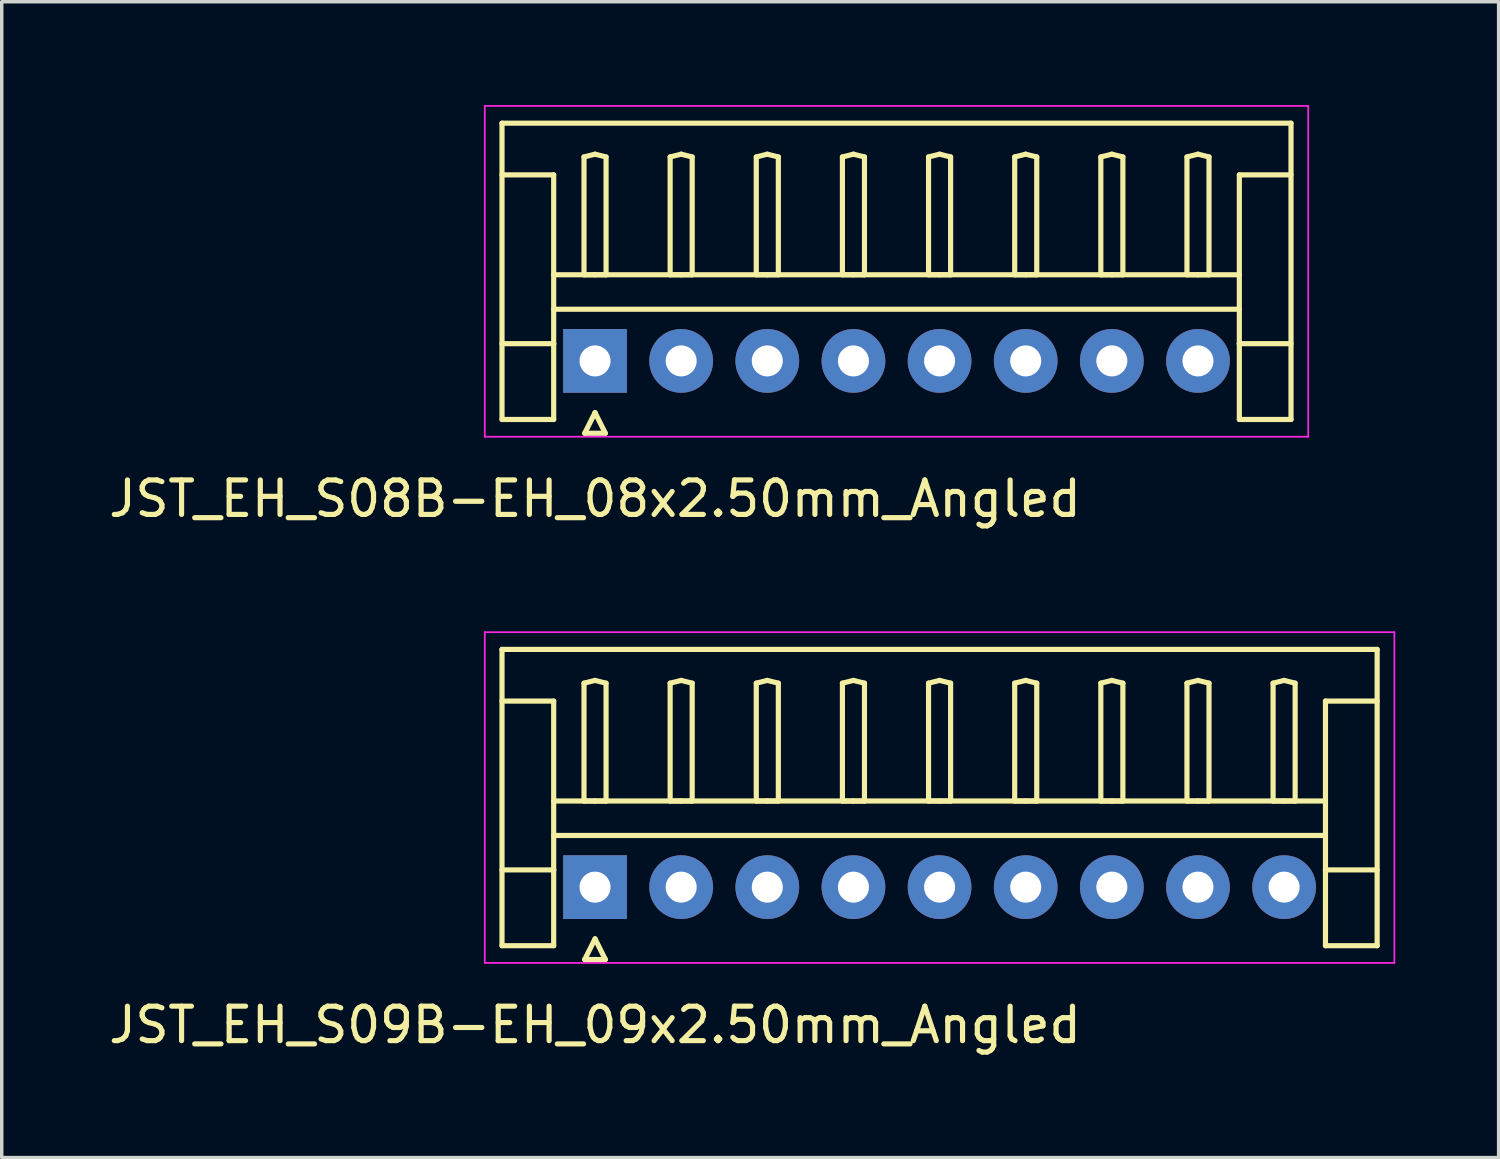
<source format=kicad_pcb>
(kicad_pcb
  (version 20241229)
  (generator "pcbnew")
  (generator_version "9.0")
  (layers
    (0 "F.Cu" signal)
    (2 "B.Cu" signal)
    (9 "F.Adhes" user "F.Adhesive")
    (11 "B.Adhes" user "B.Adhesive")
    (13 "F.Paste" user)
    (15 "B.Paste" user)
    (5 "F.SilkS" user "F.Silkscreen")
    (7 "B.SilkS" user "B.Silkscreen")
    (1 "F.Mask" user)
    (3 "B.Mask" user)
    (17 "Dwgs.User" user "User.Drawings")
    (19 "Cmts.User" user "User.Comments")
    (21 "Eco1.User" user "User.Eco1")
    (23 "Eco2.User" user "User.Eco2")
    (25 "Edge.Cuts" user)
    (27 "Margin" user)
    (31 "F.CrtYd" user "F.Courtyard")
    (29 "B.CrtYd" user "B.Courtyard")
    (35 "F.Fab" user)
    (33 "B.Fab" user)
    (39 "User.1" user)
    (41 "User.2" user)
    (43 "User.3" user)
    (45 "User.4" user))
  (footprint "JST_EH_S08B-EH_08x2.50mm_Angled"
    (layer "F.Cu")
    (at 14.22 7.425)
    (property "Reference" "JST_EH_S08B-EH_08x2.50mm_Angled" (at 0 4 0) (layer "F.SilkS") (effects (font (size 1 1) (thickness 0.15))))
    (attr through_hole)
    (fp_line (start -2.7 -6.9) (end 20.2 -6.9) (stroke (width 0.15) (type solid)) (layer "F.SilkS"))
    (fp_line (start -2.7 -5.4) (end -1.2 -5.4) (stroke (width 0.15) (type solid)) (layer "F.SilkS"))
    (fp_line (start -2.7 1.7) (end -2.7 -6.9) (stroke (width 0.15) (type solid)) (layer "F.SilkS"))
    (fp_line (start -1.2 -5.4) (end -1.2 -0.5) (stroke (width 0.15) (type solid)) (layer "F.SilkS"))
    (fp_line (start -1.2 -2.5) (end 18.7 -2.5) (stroke (width 0.15) (type solid)) (layer "F.SilkS"))
    (fp_line (start -1.2 -1.5) (end 18.7 -1.5) (stroke (width 0.15) (type solid)) (layer "F.SilkS"))
    (fp_line (start -1.2 -0.5) (end -2.7 -0.5) (stroke (width 0.15) (type solid)) (layer "F.SilkS"))
    (fp_line (start -1.2 -0.5) (end -1.2 1.7) (stroke (width 0.15) (type solid)) (layer "F.SilkS"))
    (fp_line (start -1.2 1.7) (end -2.7 1.7) (stroke (width 0.15) (type solid)) (layer "F.SilkS"))
    (fp_line (start -0.32 -5.92) (end 0 -6) (stroke (width 0.15) (type solid)) (layer "F.SilkS"))
    (fp_line (start -0.32 -2.5) (end -0.32 -5.92) (stroke (width 0.15) (type solid)) (layer "F.SilkS"))
    (fp_line (start -0.3 2.1) (end 0.3 2.1) (stroke (width 0.15) (type solid)) (layer "F.SilkS"))
    (fp_line (start 0 -6) (end 0.32 -5.92) (stroke (width 0.15) (type solid)) (layer "F.SilkS"))
    (fp_line (start 0 -2.5) (end -0.32 -2.5) (stroke (width 0.15) (type solid)) (layer "F.SilkS"))
    (fp_line (start 0 1.5) (end -0.3 2.1) (stroke (width 0.15) (type solid)) (layer "F.SilkS"))
    (fp_line (start 0.3 2.1) (end 0 1.5) (stroke (width 0.15) (type solid)) (layer "F.SilkS"))
    (fp_line (start 0.32 -5.92) (end 0.32 -2.5) (stroke (width 0.15) (type solid)) (layer "F.SilkS"))
    (fp_line (start 0.32 -2.5) (end 0 -2.5) (stroke (width 0.15) (type solid)) (layer "F.SilkS"))
    (fp_line (start 2.18 -5.92) (end 2.5 -6) (stroke (width 0.15) (type solid)) (layer "F.SilkS"))
    (fp_line (start 2.18 -2.5) (end 2.18 -5.92) (stroke (width 0.15) (type solid)) (layer "F.SilkS"))
    (fp_line (start 2.5 -6) (end 2.82 -5.92) (stroke (width 0.15) (type solid)) (layer "F.SilkS"))
    (fp_line (start 2.5 -2.5) (end 2.18 -2.5) (stroke (width 0.15) (type solid)) (layer "F.SilkS"))
    (fp_line (start 2.82 -5.92) (end 2.82 -2.5) (stroke (width 0.15) (type solid)) (layer "F.SilkS"))
    (fp_line (start 2.82 -2.5) (end 2.5 -2.5) (stroke (width 0.15) (type solid)) (layer "F.SilkS"))
    (fp_line (start 4.68 -5.92) (end 5 -6) (stroke (width 0.15) (type solid)) (layer "F.SilkS"))
    (fp_line (start 4.68 -2.5) (end 4.68 -5.92) (stroke (width 0.15) (type solid)) (layer "F.SilkS"))
    (fp_line (start 5 -6) (end 5.32 -5.92) (stroke (width 0.15) (type solid)) (layer "F.SilkS"))
    (fp_line (start 5 -2.5) (end 4.68 -2.5) (stroke (width 0.15) (type solid)) (layer "F.SilkS"))
    (fp_line (start 5.32 -5.92) (end 5.32 -2.5) (stroke (width 0.15) (type solid)) (layer "F.SilkS"))
    (fp_line (start 5.32 -2.5) (end 5 -2.5) (stroke (width 0.15) (type solid)) (layer "F.SilkS"))
    (fp_line (start 7.18 -5.92) (end 7.5 -6) (stroke (width 0.15) (type solid)) (layer "F.SilkS"))
    (fp_line (start 7.18 -2.5) (end 7.18 -5.92) (stroke (width 0.15) (type solid)) (layer "F.SilkS"))
    (fp_line (start 7.5 -6) (end 7.82 -5.92) (stroke (width 0.15) (type solid)) (layer "F.SilkS"))
    (fp_line (start 7.5 -2.5) (end 7.18 -2.5) (stroke (width 0.15) (type solid)) (layer "F.SilkS"))
    (fp_line (start 7.82 -5.92) (end 7.82 -2.5) (stroke (width 0.15) (type solid)) (layer "F.SilkS"))
    (fp_line (start 7.82 -2.5) (end 7.5 -2.5) (stroke (width 0.15) (type solid)) (layer "F.SilkS"))
    (fp_line (start 9.68 -5.92) (end 10 -6) (stroke (width 0.15) (type solid)) (layer "F.SilkS"))
    (fp_line (start 9.68 -2.5) (end 9.68 -5.92) (stroke (width 0.15) (type solid)) (layer "F.SilkS"))
    (fp_line (start 10 -6) (end 10.32 -5.92) (stroke (width 0.15) (type solid)) (layer "F.SilkS"))
    (fp_line (start 10 -2.5) (end 9.68 -2.5) (stroke (width 0.15) (type solid)) (layer "F.SilkS"))
    (fp_line (start 10.32 -5.92) (end 10.32 -2.5) (stroke (width 0.15) (type solid)) (layer "F.SilkS"))
    (fp_line (start 10.32 -2.5) (end 10 -2.5) (stroke (width 0.15) (type solid)) (layer "F.SilkS"))
    (fp_line (start 12.18 -5.92) (end 12.5 -6) (stroke (width 0.15) (type solid)) (layer "F.SilkS"))
    (fp_line (start 12.18 -2.5) (end 12.18 -5.92) (stroke (width 0.15) (type solid)) (layer "F.SilkS"))
    (fp_line (start 12.5 -6) (end 12.82 -5.92) (stroke (width 0.15) (type solid)) (layer "F.SilkS"))
    (fp_line (start 12.5 -2.5) (end 12.18 -2.5) (stroke (width 0.15) (type solid)) (layer "F.SilkS"))
    (fp_line (start 12.82 -5.92) (end 12.82 -2.5) (stroke (width 0.15) (type solid)) (layer "F.SilkS"))
    (fp_line (start 12.82 -2.5) (end 12.5 -2.5) (stroke (width 0.15) (type solid)) (layer "F.SilkS"))
    (fp_line (start 14.68 -5.92) (end 15 -6) (stroke (width 0.15) (type solid)) (layer "F.SilkS"))
    (fp_line (start 14.68 -2.5) (end 14.68 -5.92) (stroke (width 0.15) (type solid)) (layer "F.SilkS"))
    (fp_line (start 15 -6) (end 15.32 -5.92) (stroke (width 0.15) (type solid)) (layer "F.SilkS"))
    (fp_line (start 15 -2.5) (end 14.68 -2.5) (stroke (width 0.15) (type solid)) (layer "F.SilkS"))
    (fp_line (start 15.32 -5.92) (end 15.32 -2.5) (stroke (width 0.15) (type solid)) (layer "F.SilkS"))
    (fp_line (start 15.32 -2.5) (end 15 -2.5) (stroke (width 0.15) (type solid)) (layer "F.SilkS"))
    (fp_line (start 17.18 -5.92) (end 17.5 -6) (stroke (width 0.15) (type solid)) (layer "F.SilkS"))
    (fp_line (start 17.18 -2.5) (end 17.18 -5.92) (stroke (width 0.15) (type solid)) (layer "F.SilkS"))
    (fp_line (start 17.5 -6) (end 17.82 -5.92) (stroke (width 0.15) (type solid)) (layer "F.SilkS"))
    (fp_line (start 17.5 -2.5) (end 17.18 -2.5) (stroke (width 0.15) (type solid)) (layer "F.SilkS"))
    (fp_line (start 17.82 -5.92) (end 17.82 -2.5) (stroke (width 0.15) (type solid)) (layer "F.SilkS"))
    (fp_line (start 17.82 -2.5) (end 17.5 -2.5) (stroke (width 0.15) (type solid)) (layer "F.SilkS"))
    (fp_line (start 18.7 -5.4) (end 18.7 -0.5) (stroke (width 0.15) (type solid)) (layer "F.SilkS"))
    (fp_line (start 18.7 -0.5) (end 20.2 -0.5) (stroke (width 0.15) (type solid)) (layer "F.SilkS"))
    (fp_line (start 18.7 1.7) (end 18.7 -0.5) (stroke (width 0.15) (type solid)) (layer "F.SilkS"))
    (fp_line (start 20.2 -6.9) (end 20.2 1.7) (stroke (width 0.15) (type solid)) (layer "F.SilkS"))
    (fp_line (start 20.2 -5.4) (end 18.7 -5.4) (stroke (width 0.15) (type solid)) (layer "F.SilkS"))
    (fp_line (start 20.2 1.7) (end 18.7 1.7) (stroke (width 0.15) (type solid)) (layer "F.SilkS"))
    (fp_line (start -3.2 -7.4) (end -3.2 2.2) (stroke (width 0.05) (type solid)) (layer "F.CrtYd"))
    (fp_line (start -3.2 2.2) (end 20.7 2.2) (stroke (width 0.05) (type solid)) (layer "F.CrtYd"))
    (fp_line (start 20.7 -7.4) (end -3.2 -7.4) (stroke (width 0.05) (type solid)) (layer "F.CrtYd"))
    (fp_line (start 20.7 2.2) (end 20.7 -7.4) (stroke (width 0.05) (type solid)) (layer "F.CrtYd"))
    (pad "1" thru_hole rect (at 0 0) (size 1.85 1.85) (drill 0.9) (layers "*.Cu" "*.Mask"))
    (pad "2" thru_hole circle (at 2.5 0) (size 1.85 1.85) (drill 0.9) (layers "*.Cu" "*.Mask"))
    (pad "3" thru_hole circle (at 5 0) (size 1.85 1.85) (drill 0.9) (layers "*.Cu" "*.Mask"))
    (pad "4" thru_hole circle (at 7.5 0) (size 1.85 1.85) (drill 0.9) (layers "*.Cu" "*.Mask"))
    (pad "5" thru_hole circle (at 10 0) (size 1.85 1.85) (drill 0.9) (layers "*.Cu" "*.Mask"))
    (pad "6" thru_hole circle (at 12.5 0) (size 1.85 1.85) (drill 0.9) (layers "*.Cu" "*.Mask"))
    (pad "7" thru_hole circle (at 15 0) (size 1.85 1.85) (drill 0.9) (layers "*.Cu" "*.Mask"))
    (pad "8" thru_hole circle (at 17.5 0) (size 1.85 1.85) (drill 0.9) (layers "*.Cu" "*.Mask")))
  (footprint "JST_EH_S09B-EH_09x2.50mm_Angled"
    (layer "F.Cu")
    (at 14.22 22.698)
    (property "Reference" "JST_EH_S09B-EH_09x2.50mm_Angled" (at 0 4 0) (layer "F.SilkS") (effects (font (size 1 1) (thickness 0.15))))
    (attr through_hole)
    (fp_line (start -2.7 -6.9) (end 22.7 -6.9) (stroke (width 0.15) (type solid)) (layer "F.SilkS"))
    (fp_line (start -2.7 -5.4) (end -1.2 -5.4) (stroke (width 0.15) (type solid)) (layer "F.SilkS"))
    (fp_line (start -2.7 1.7) (end -2.7 -6.9) (stroke (width 0.15) (type solid)) (layer "F.SilkS"))
    (fp_line (start -1.2 -5.4) (end -1.2 -0.5) (stroke (width 0.15) (type solid)) (layer "F.SilkS"))
    (fp_line (start -1.2 -2.5) (end 21.2 -2.5) (stroke (width 0.15) (type solid)) (layer "F.SilkS"))
    (fp_line (start -1.2 -1.5) (end 21.2 -1.5) (stroke (width 0.15) (type solid)) (layer "F.SilkS"))
    (fp_line (start -1.2 -0.5) (end -2.7 -0.5) (stroke (width 0.15) (type solid)) (layer "F.SilkS"))
    (fp_line (start -1.2 -0.5) (end -1.2 1.7) (stroke (width 0.15) (type solid)) (layer "F.SilkS"))
    (fp_line (start -1.2 1.7) (end -2.7 1.7) (stroke (width 0.15) (type solid)) (layer "F.SilkS"))
    (fp_line (start -0.32 -5.92) (end 0 -6) (stroke (width 0.15) (type solid)) (layer "F.SilkS"))
    (fp_line (start -0.32 -2.5) (end -0.32 -5.92) (stroke (width 0.15) (type solid)) (layer "F.SilkS"))
    (fp_line (start -0.3 2.1) (end 0.3 2.1) (stroke (width 0.15) (type solid)) (layer "F.SilkS"))
    (fp_line (start 0 -6) (end 0.32 -5.92) (stroke (width 0.15) (type solid)) (layer "F.SilkS"))
    (fp_line (start 0 -2.5) (end -0.32 -2.5) (stroke (width 0.15) (type solid)) (layer "F.SilkS"))
    (fp_line (start 0 1.5) (end -0.3 2.1) (stroke (width 0.15) (type solid)) (layer "F.SilkS"))
    (fp_line (start 0.3 2.1) (end 0 1.5) (stroke (width 0.15) (type solid)) (layer "F.SilkS"))
    (fp_line (start 0.32 -5.92) (end 0.32 -2.5) (stroke (width 0.15) (type solid)) (layer "F.SilkS"))
    (fp_line (start 0.32 -2.5) (end 0 -2.5) (stroke (width 0.15) (type solid)) (layer "F.SilkS"))
    (fp_line (start 2.18 -5.92) (end 2.5 -6) (stroke (width 0.15) (type solid)) (layer "F.SilkS"))
    (fp_line (start 2.18 -2.5) (end 2.18 -5.92) (stroke (width 0.15) (type solid)) (layer "F.SilkS"))
    (fp_line (start 2.5 -6) (end 2.82 -5.92) (stroke (width 0.15) (type solid)) (layer "F.SilkS"))
    (fp_line (start 2.5 -2.5) (end 2.18 -2.5) (stroke (width 0.15) (type solid)) (layer "F.SilkS"))
    (fp_line (start 2.82 -5.92) (end 2.82 -2.5) (stroke (width 0.15) (type solid)) (layer "F.SilkS"))
    (fp_line (start 2.82 -2.5) (end 2.5 -2.5) (stroke (width 0.15) (type solid)) (layer "F.SilkS"))
    (fp_line (start 4.68 -5.92) (end 5 -6) (stroke (width 0.15) (type solid)) (layer "F.SilkS"))
    (fp_line (start 4.68 -2.5) (end 4.68 -5.92) (stroke (width 0.15) (type solid)) (layer "F.SilkS"))
    (fp_line (start 5 -6) (end 5.32 -5.92) (stroke (width 0.15) (type solid)) (layer "F.SilkS"))
    (fp_line (start 5 -2.5) (end 4.68 -2.5) (stroke (width 0.15) (type solid)) (layer "F.SilkS"))
    (fp_line (start 5.32 -5.92) (end 5.32 -2.5) (stroke (width 0.15) (type solid)) (layer "F.SilkS"))
    (fp_line (start 5.32 -2.5) (end 5 -2.5) (stroke (width 0.15) (type solid)) (layer "F.SilkS"))
    (fp_line (start 7.18 -5.92) (end 7.5 -6) (stroke (width 0.15) (type solid)) (layer "F.SilkS"))
    (fp_line (start 7.18 -2.5) (end 7.18 -5.92) (stroke (width 0.15) (type solid)) (layer "F.SilkS"))
    (fp_line (start 7.5 -6) (end 7.82 -5.92) (stroke (width 0.15) (type solid)) (layer "F.SilkS"))
    (fp_line (start 7.5 -2.5) (end 7.18 -2.5) (stroke (width 0.15) (type solid)) (layer "F.SilkS"))
    (fp_line (start 7.82 -5.92) (end 7.82 -2.5) (stroke (width 0.15) (type solid)) (layer "F.SilkS"))
    (fp_line (start 7.82 -2.5) (end 7.5 -2.5) (stroke (width 0.15) (type solid)) (layer "F.SilkS"))
    (fp_line (start 9.68 -5.92) (end 10 -6) (stroke (width 0.15) (type solid)) (layer "F.SilkS"))
    (fp_line (start 9.68 -2.5) (end 9.68 -5.92) (stroke (width 0.15) (type solid)) (layer "F.SilkS"))
    (fp_line (start 10 -6) (end 10.32 -5.92) (stroke (width 0.15) (type solid)) (layer "F.SilkS"))
    (fp_line (start 10 -2.5) (end 9.68 -2.5) (stroke (width 0.15) (type solid)) (layer "F.SilkS"))
    (fp_line (start 10.32 -5.92) (end 10.32 -2.5) (stroke (width 0.15) (type solid)) (layer "F.SilkS"))
    (fp_line (start 10.32 -2.5) (end 10 -2.5) (stroke (width 0.15) (type solid)) (layer "F.SilkS"))
    (fp_line (start 12.18 -5.92) (end 12.5 -6) (stroke (width 0.15) (type solid)) (layer "F.SilkS"))
    (fp_line (start 12.18 -2.5) (end 12.18 -5.92) (stroke (width 0.15) (type solid)) (layer "F.SilkS"))
    (fp_line (start 12.5 -6) (end 12.82 -5.92) (stroke (width 0.15) (type solid)) (layer "F.SilkS"))
    (fp_line (start 12.5 -2.5) (end 12.18 -2.5) (stroke (width 0.15) (type solid)) (layer "F.SilkS"))
    (fp_line (start 12.82 -5.92) (end 12.82 -2.5) (stroke (width 0.15) (type solid)) (layer "F.SilkS"))
    (fp_line (start 12.82 -2.5) (end 12.5 -2.5) (stroke (width 0.15) (type solid)) (layer "F.SilkS"))
    (fp_line (start 14.68 -5.92) (end 15 -6) (stroke (width 0.15) (type solid)) (layer "F.SilkS"))
    (fp_line (start 14.68 -2.5) (end 14.68 -5.92) (stroke (width 0.15) (type solid)) (layer "F.SilkS"))
    (fp_line (start 15 -6) (end 15.32 -5.92) (stroke (width 0.15) (type solid)) (layer "F.SilkS"))
    (fp_line (start 15 -2.5) (end 14.68 -2.5) (stroke (width 0.15) (type solid)) (layer "F.SilkS"))
    (fp_line (start 15.32 -5.92) (end 15.32 -2.5) (stroke (width 0.15) (type solid)) (layer "F.SilkS"))
    (fp_line (start 15.32 -2.5) (end 15 -2.5) (stroke (width 0.15) (type solid)) (layer "F.SilkS"))
    (fp_line (start 17.18 -5.92) (end 17.5 -6) (stroke (width 0.15) (type solid)) (layer "F.SilkS"))
    (fp_line (start 17.18 -2.5) (end 17.18 -5.92) (stroke (width 0.15) (type solid)) (layer "F.SilkS"))
    (fp_line (start 17.5 -6) (end 17.82 -5.92) (stroke (width 0.15) (type solid)) (layer "F.SilkS"))
    (fp_line (start 17.5 -2.5) (end 17.18 -2.5) (stroke (width 0.15) (type solid)) (layer "F.SilkS"))
    (fp_line (start 17.82 -5.92) (end 17.82 -2.5) (stroke (width 0.15) (type solid)) (layer "F.SilkS"))
    (fp_line (start 17.82 -2.5) (end 17.5 -2.5) (stroke (width 0.15) (type solid)) (layer "F.SilkS"))
    (fp_line (start 19.68 -5.92) (end 20 -6) (stroke (width 0.15) (type solid)) (layer "F.SilkS"))
    (fp_line (start 19.68 -2.5) (end 19.68 -5.92) (stroke (width 0.15) (type solid)) (layer "F.SilkS"))
    (fp_line (start 20 -6) (end 20.32 -5.92) (stroke (width 0.15) (type solid)) (layer "F.SilkS"))
    (fp_line (start 20 -2.5) (end 19.68 -2.5) (stroke (width 0.15) (type solid)) (layer "F.SilkS"))
    (fp_line (start 20.32 -5.92) (end 20.32 -2.5) (stroke (width 0.15) (type solid)) (layer "F.SilkS"))
    (fp_line (start 20.32 -2.5) (end 20 -2.5) (stroke (width 0.15) (type solid)) (layer "F.SilkS"))
    (fp_line (start 21.2 -5.4) (end 21.2 -0.5) (stroke (width 0.15) (type solid)) (layer "F.SilkS"))
    (fp_line (start 21.2 -0.5) (end 22.7 -0.5) (stroke (width 0.15) (type solid)) (layer "F.SilkS"))
    (fp_line (start 21.2 1.7) (end 21.2 -0.5) (stroke (width 0.15) (type solid)) (layer "F.SilkS"))
    (fp_line (start 22.7 -6.9) (end 22.7 1.7) (stroke (width 0.15) (type solid)) (layer "F.SilkS"))
    (fp_line (start 22.7 -5.4) (end 21.2 -5.4) (stroke (width 0.15) (type solid)) (layer "F.SilkS"))
    (fp_line (start 22.7 1.7) (end 21.2 1.7) (stroke (width 0.15) (type solid)) (layer "F.SilkS"))
    (fp_line (start -3.2 -7.4) (end -3.2 2.2) (stroke (width 0.05) (type solid)) (layer "F.CrtYd"))
    (fp_line (start -3.2 2.2) (end 23.2 2.2) (stroke (width 0.05) (type solid)) (layer "F.CrtYd"))
    (fp_line (start 23.2 -7.4) (end -3.2 -7.4) (stroke (width 0.05) (type solid)) (layer "F.CrtYd"))
    (fp_line (start 23.2 2.2) (end 23.2 -7.4) (stroke (width 0.05) (type solid)) (layer "F.CrtYd"))
    (pad "1" thru_hole rect (at 0 0) (size 1.85 1.85) (drill 0.9) (layers "*.Cu" "*.Mask"))
    (pad "2" thru_hole circle (at 2.5 0) (size 1.85 1.85) (drill 0.9) (layers "*.Cu" "*.Mask"))
    (pad "3" thru_hole circle (at 5 0) (size 1.85 1.85) (drill 0.9) (layers "*.Cu" "*.Mask"))
    (pad "4" thru_hole circle (at 7.5 0) (size 1.85 1.85) (drill 0.9) (layers "*.Cu" "*.Mask"))
    (pad "5" thru_hole circle (at 10 0) (size 1.85 1.85) (drill 0.9) (layers "*.Cu" "*.Mask"))
    (pad "6" thru_hole circle (at 12.5 0) (size 1.85 1.85) (drill 0.9) (layers "*.Cu" "*.Mask"))
    (pad "7" thru_hole circle (at 15 0) (size 1.85 1.85) (drill 0.9) (layers "*.Cu" "*.Mask"))
    (pad "8" thru_hole circle (at 17.5 0) (size 1.85 1.85) (drill 0.9) (layers "*.Cu" "*.Mask"))
    (pad "9" thru_hole circle (at 20 0) (size 1.85 1.85) (drill 0.9) (layers "*.Cu" "*.Mask")))
  (gr_rect
    (start -3 -3)
    (end 40.445 30.547)
    (stroke (width 0.1) (type default))
    (fill no)
    (layer "Edge.Cuts")))
</source>
